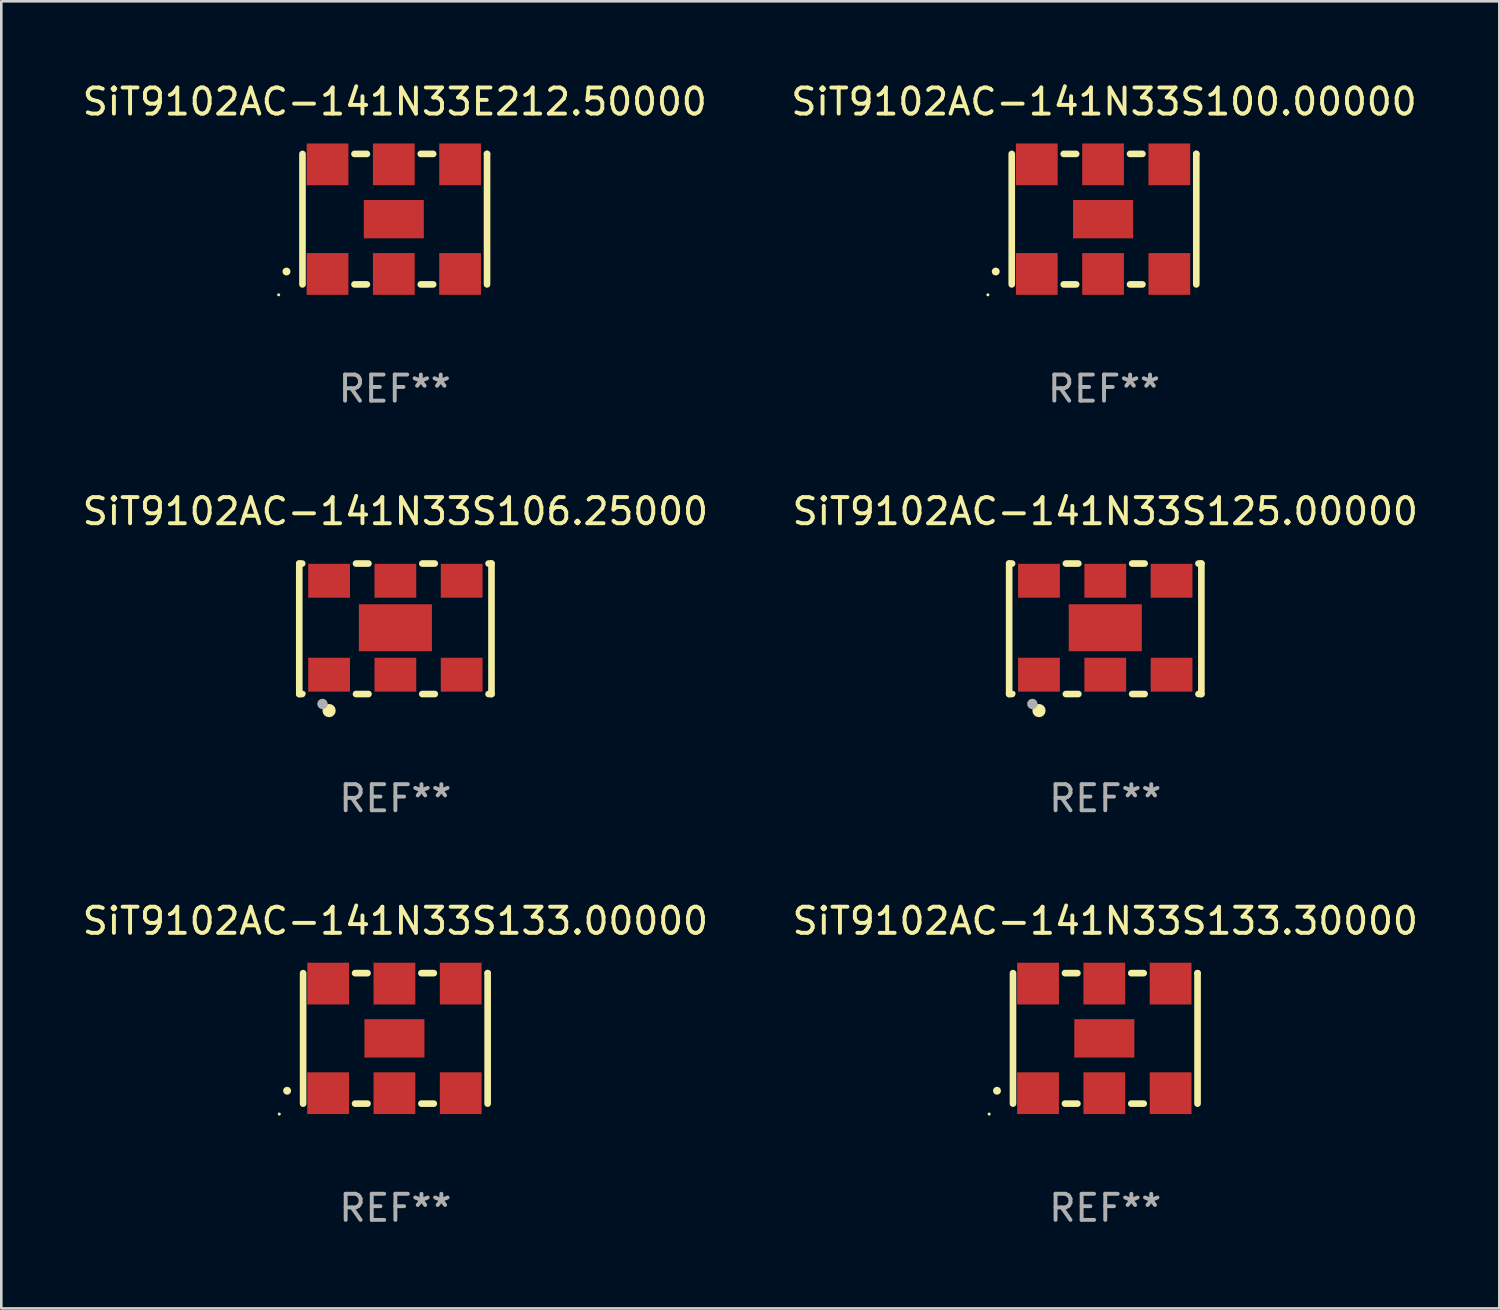
<source format=kicad_pcb>
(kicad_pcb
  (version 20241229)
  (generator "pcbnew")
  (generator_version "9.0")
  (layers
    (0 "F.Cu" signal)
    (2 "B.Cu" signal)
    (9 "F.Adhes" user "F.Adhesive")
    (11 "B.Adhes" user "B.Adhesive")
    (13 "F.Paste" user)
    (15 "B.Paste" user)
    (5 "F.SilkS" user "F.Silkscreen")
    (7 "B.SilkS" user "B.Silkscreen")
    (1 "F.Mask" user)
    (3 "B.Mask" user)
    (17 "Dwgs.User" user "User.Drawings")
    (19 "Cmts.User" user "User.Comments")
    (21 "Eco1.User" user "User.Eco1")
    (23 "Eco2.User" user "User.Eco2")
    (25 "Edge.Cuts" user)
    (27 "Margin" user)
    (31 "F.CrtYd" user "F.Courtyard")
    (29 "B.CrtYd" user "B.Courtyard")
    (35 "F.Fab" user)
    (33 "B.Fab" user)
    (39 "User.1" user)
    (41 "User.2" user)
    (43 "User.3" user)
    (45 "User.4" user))
  (footprint "SiT9102AC-141N33S133.00000"
    (layer "F.Cu")
    (at 12.101 36.741)
    (property "Reference" "SiT9102AC-141N33S133.00000" (at 0 -4.5 0) (layer "F.SilkS") (effects (font (size 1 1) (thickness 0.15))))
    (attr through_hole)
    (fp_line (start -3.536 -2.5) (end -3.536 2.5) (stroke (width 0.254) (type solid)) (layer "F.SilkS"))
    (fp_line (start -1.544 2.5) (end -1.067 2.5) (stroke (width 0.254) (type solid)) (layer "F.SilkS"))
    (fp_line (start -1.067 -2.5) (end -1.544 -2.5) (stroke (width 0.254) (type solid)) (layer "F.SilkS"))
    (fp_line (start 0.996 2.5) (end 1.473 2.5) (stroke (width 0.254) (type solid)) (layer "F.SilkS"))
    (fp_line (start 1.473 -2.5) (end 0.996 -2.5) (stroke (width 0.254) (type solid)) (layer "F.SilkS"))
    (fp_line (start 3.536 -2.5) (end 3.536 -2.5) (stroke (width 0.254) (type solid)) (layer "F.SilkS"))
    (fp_line (start 3.536 2.5) (end 3.536 -2.5) (stroke (width 0.254) (type solid)) (layer "F.SilkS"))
    (fp_arc (start -4.150432 2.006604) (mid -4.149162 2.006599) (end -4.147892 2.006604) (stroke (width 0.3) (type solid)) (layer "F.SilkS"))
    (fp_circle (center -4.449 2.9) (end -4.419 2.9) (stroke (width 0.06) (type solid)) (fill no) (layer "F.SilkS"))
    (fp_text user "REF**" (at 0 6.5 0) (layer "F.Fab") (effects (font (size 1 1) (thickness 0.15))))
    (pad "1" smd rect (at -2.576 2.1) (size 1.6 1.6) (layers "F.Cu" "F.Mask" "F.Paste"))
    (pad "2" smd rect (at -0.036 2.1) (size 1.6 1.6) (layers "F.Cu" "F.Mask" "F.Paste"))
    (pad "3" smd rect (at 2.504 2.1) (size 1.6 1.6) (layers "F.Cu" "F.Mask" "F.Paste"))
    (pad "4" smd rect (at 2.504 -2.1) (size 1.6 1.6) (layers "F.Cu" "F.Mask" "F.Paste"))
    (pad "5" smd rect (at -0.036 -2.1) (size 1.6 1.6) (layers "F.Cu" "F.Mask" "F.Paste"))
    (pad "6" smd rect (at -2.576 -2.1) (size 1.6 1.6) (layers "F.Cu" "F.Mask" "F.Paste"))
    (pad "7" smd rect (at -0.036 0) (size 2.3 1.47) (layers "F.Cu" "F.Mask" "F.Paste")))
  (footprint "SiT9102AC-141N33S133.30000"
    (layer "F.Cu")
    (at 39.304 36.741)
    (property "Reference" "SiT9102AC-141N33S133.30000" (at 0 -4.5 0) (layer "F.SilkS") (effects (font (size 1 1) (thickness 0.15))))
    (attr through_hole)
    (fp_line (start -3.536 -2.5) (end -3.536 2.5) (stroke (width 0.254) (type solid)) (layer "F.SilkS"))
    (fp_line (start -1.544 2.5) (end -1.067 2.5) (stroke (width 0.254) (type solid)) (layer "F.SilkS"))
    (fp_line (start -1.067 -2.5) (end -1.544 -2.5) (stroke (width 0.254) (type solid)) (layer "F.SilkS"))
    (fp_line (start 0.996 2.5) (end 1.473 2.5) (stroke (width 0.254) (type solid)) (layer "F.SilkS"))
    (fp_line (start 1.473 -2.5) (end 0.996 -2.5) (stroke (width 0.254) (type solid)) (layer "F.SilkS"))
    (fp_line (start 3.536 -2.5) (end 3.536 -2.5) (stroke (width 0.254) (type solid)) (layer "F.SilkS"))
    (fp_line (start 3.536 2.5) (end 3.536 -2.5) (stroke (width 0.254) (type solid)) (layer "F.SilkS"))
    (fp_arc (start -4.150432 2.006604) (mid -4.149162 2.006599) (end -4.147892 2.006604) (stroke (width 0.3) (type solid)) (layer "F.SilkS"))
    (fp_circle (center -4.449 2.9) (end -4.419 2.9) (stroke (width 0.06) (type solid)) (fill no) (layer "F.SilkS"))
    (fp_text user "REF**" (at 0 6.5 0) (layer "F.Fab") (effects (font (size 1 1) (thickness 0.15))))
    (pad "1" smd rect (at -2.576 2.1) (size 1.6 1.6) (layers "F.Cu" "F.Mask" "F.Paste"))
    (pad "2" smd rect (at -0.036 2.1) (size 1.6 1.6) (layers "F.Cu" "F.Mask" "F.Paste"))
    (pad "3" smd rect (at 2.504 2.1) (size 1.6 1.6) (layers "F.Cu" "F.Mask" "F.Paste"))
    (pad "4" smd rect (at 2.504 -2.1) (size 1.6 1.6) (layers "F.Cu" "F.Mask" "F.Paste"))
    (pad "5" smd rect (at -0.036 -2.1) (size 1.6 1.6) (layers "F.Cu" "F.Mask" "F.Paste"))
    (pad "6" smd rect (at -2.576 -2.1) (size 1.6 1.6) (layers "F.Cu" "F.Mask" "F.Paste"))
    (pad "7" smd rect (at -0.036 0) (size 2.3 1.47) (layers "F.Cu" "F.Mask" "F.Paste")))
  (footprint "SiT9102AC-141N33S100.00000"
    (layer "F.Cu")
    (at 39.256 5.348)
    (property "Reference" "SiT9102AC-141N33S100.00000" (at 0 -4.5 0) (layer "F.SilkS") (effects (font (size 1 1) (thickness 0.15))))
    (attr through_hole)
    (fp_line (start -3.536 -2.5) (end -3.536 2.5) (stroke (width 0.254) (type solid)) (layer "F.SilkS"))
    (fp_line (start -1.544 2.5) (end -1.067 2.5) (stroke (width 0.254) (type solid)) (layer "F.SilkS"))
    (fp_line (start -1.067 -2.5) (end -1.544 -2.5) (stroke (width 0.254) (type solid)) (layer "F.SilkS"))
    (fp_line (start 0.996 2.5) (end 1.473 2.5) (stroke (width 0.254) (type solid)) (layer "F.SilkS"))
    (fp_line (start 1.473 -2.5) (end 0.996 -2.5) (stroke (width 0.254) (type solid)) (layer "F.SilkS"))
    (fp_line (start 3.536 -2.5) (end 3.536 -2.5) (stroke (width 0.254) (type solid)) (layer "F.SilkS"))
    (fp_line (start 3.536 2.5) (end 3.536 -2.5) (stroke (width 0.254) (type solid)) (layer "F.SilkS"))
    (fp_arc (start -4.150432 2.006604) (mid -4.149162 2.006599) (end -4.147892 2.006604) (stroke (width 0.3) (type solid)) (layer "F.SilkS"))
    (fp_circle (center -4.449 2.9) (end -4.419 2.9) (stroke (width 0.06) (type solid)) (fill no) (layer "F.SilkS"))
    (fp_text user "REF**" (at 0 6.5 0) (layer "F.Fab") (effects (font (size 1 1) (thickness 0.15))))
    (pad "1" smd rect (at -2.576 2.1) (size 1.6 1.6) (layers "F.Cu" "F.Mask" "F.Paste"))
    (pad "2" smd rect (at -0.036 2.1) (size 1.6 1.6) (layers "F.Cu" "F.Mask" "F.Paste"))
    (pad "3" smd rect (at 2.504 2.1) (size 1.6 1.6) (layers "F.Cu" "F.Mask" "F.Paste"))
    (pad "4" smd rect (at 2.504 -2.1) (size 1.6 1.6) (layers "F.Cu" "F.Mask" "F.Paste"))
    (pad "5" smd rect (at -0.036 -2.1) (size 1.6 1.6) (layers "F.Cu" "F.Mask" "F.Paste"))
    (pad "6" smd rect (at -2.576 -2.1) (size 1.6 1.6) (layers "F.Cu" "F.Mask" "F.Paste"))
    (pad "7" smd rect (at -0.036 0) (size 2.3 1.47) (layers "F.Cu" "F.Mask" "F.Paste")))
  (footprint "SiT9102AC-141N33S125.00000"
    (layer "F.Cu")
    (at 39.304 21.045)
    (property "Reference" "SiT9102AC-141N33S125.00000" (at 0 -4.5 0) (layer "F.SilkS") (effects (font (size 1 1) (thickness 0.15))))
    (attr through_hole)
    (fp_line (start -3.683 -2.5) (end -3.571 -2.5) (stroke (width 0.254) (type solid)) (layer "F.SilkS"))
    (fp_line (start -3.683 2.5) (end -3.683 -2.5) (stroke (width 0.254) (type solid)) (layer "F.SilkS"))
    (fp_line (start -3.683 2.5) (end -3.571 2.5) (stroke (width 0.254) (type solid)) (layer "F.SilkS"))
    (fp_line (start -1.509 -2.5) (end -1.031 -2.5) (stroke (width 0.254) (type solid)) (layer "F.SilkS"))
    (fp_line (start -1.509 2.5) (end -1.031 2.5) (stroke (width 0.254) (type solid)) (layer "F.SilkS"))
    (fp_line (start 1.031 -2.5) (end 1.509 -2.5) (stroke (width 0.254) (type solid)) (layer "F.SilkS"))
    (fp_line (start 1.031 2.5) (end 1.509 2.5) (stroke (width 0.254) (type solid)) (layer "F.SilkS"))
    (fp_line (start 3.571 -2.5) (end 3.683 -2.5) (stroke (width 0.254) (type solid)) (layer "F.SilkS"))
    (fp_line (start 3.571 2.5) (end 3.683 2.5) (stroke (width 0.254) (type solid)) (layer "F.SilkS"))
    (fp_line (start 3.683 2.5) (end 3.683 -2.5) (stroke (width 0.254) (type solid)) (layer "F.SilkS"))
    (fp_circle (center -3.5 2.46) (end -3.47 2.46) (stroke (width 0.06) (type solid)) (fill no) (layer "F.SilkS"))
    (fp_circle (center -2.54 3.135) (end -2.413 3.135) (stroke (width 0.254) (type solid)) (fill no) (layer "F.SilkS"))
    (fp_circle (center -2.794 2.881) (end -2.694 2.881) (stroke (width 0.2) (type solid)) (fill no) (layer "F.Fab"))
    (fp_text user "REF**" (at 0 6.5 0) (layer "F.Fab") (effects (font (size 1 1) (thickness 0.15))))
    (pad "1" smd rect (at -2.54 1.76) (size 1.6 1.3) (layers "F.Cu" "F.Mask" "F.Paste"))
    (pad "2" smd rect (at 0 1.76) (size 1.6 1.3) (layers "F.Cu" "F.Mask" "F.Paste"))
    (pad "3" smd rect (at 2.54 1.76) (size 1.6 1.3) (layers "F.Cu" "F.Mask" "F.Paste"))
    (pad "4" smd rect (at 2.54 -1.84) (size 1.6 1.3) (layers "F.Cu" "F.Mask" "F.Paste"))
    (pad "5" smd rect (at 0 -1.84) (size 1.6 1.3) (layers "F.Cu" "F.Mask" "F.Paste"))
    (pad "6" smd rect (at -2.54 -1.84) (size 1.6 1.3) (layers "F.Cu" "F.Mask" "F.Paste"))
    (pad "7" smd rect (at 0 -0.04) (size 2.8 1.8) (layers "F.Cu" "F.Mask" "F.Paste")))
  (footprint "SiT9102AC-141N33E212.50000"
    (layer "F.Cu")
    (at 12.077 5.348)
    (property "Reference" "SiT9102AC-141N33E212.50000" (at 0 -4.5 0) (layer "F.SilkS") (effects (font (size 1 1) (thickness 0.15))))
    (attr through_hole)
    (fp_line (start -3.536 -2.5) (end -3.536 2.5) (stroke (width 0.254) (type solid)) (layer "F.SilkS"))
    (fp_line (start -1.544 2.5) (end -1.067 2.5) (stroke (width 0.254) (type solid)) (layer "F.SilkS"))
    (fp_line (start -1.067 -2.5) (end -1.544 -2.5) (stroke (width 0.254) (type solid)) (layer "F.SilkS"))
    (fp_line (start 0.996 2.5) (end 1.473 2.5) (stroke (width 0.254) (type solid)) (layer "F.SilkS"))
    (fp_line (start 1.473 -2.5) (end 0.996 -2.5) (stroke (width 0.254) (type solid)) (layer "F.SilkS"))
    (fp_line (start 3.536 -2.5) (end 3.536 -2.5) (stroke (width 0.254) (type solid)) (layer "F.SilkS"))
    (fp_line (start 3.536 2.5) (end 3.536 -2.5) (stroke (width 0.254) (type solid)) (layer "F.SilkS"))
    (fp_arc (start -4.150432 2.006604) (mid -4.149162 2.006599) (end -4.147892 2.006604) (stroke (width 0.3) (type solid)) (layer "F.SilkS"))
    (fp_circle (center -4.449 2.9) (end -4.419 2.9) (stroke (width 0.06) (type solid)) (fill no) (layer "F.SilkS"))
    (fp_text user "REF**" (at 0 6.5 0) (layer "F.Fab") (effects (font (size 1 1) (thickness 0.15))))
    (pad "1" smd rect (at -2.576 2.1) (size 1.6 1.6) (layers "F.Cu" "F.Mask" "F.Paste"))
    (pad "2" smd rect (at -0.036 2.1) (size 1.6 1.6) (layers "F.Cu" "F.Mask" "F.Paste"))
    (pad "3" smd rect (at 2.504 2.1) (size 1.6 1.6) (layers "F.Cu" "F.Mask" "F.Paste"))
    (pad "4" smd rect (at 2.504 -2.1) (size 1.6 1.6) (layers "F.Cu" "F.Mask" "F.Paste"))
    (pad "5" smd rect (at -0.036 -2.1) (size 1.6 1.6) (layers "F.Cu" "F.Mask" "F.Paste"))
    (pad "6" smd rect (at -2.576 -2.1) (size 1.6 1.6) (layers "F.Cu" "F.Mask" "F.Paste"))
    (pad "7" smd rect (at -0.036 0) (size 2.3 1.47) (layers "F.Cu" "F.Mask" "F.Paste")))
  (footprint "SiT9102AC-141N33S106.25000"
    (layer "F.Cu")
    (at 12.101 21.045)
    (property "Reference" "SiT9102AC-141N33S106.25000" (at 0 -4.5 0) (layer "F.SilkS") (effects (font (size 1 1) (thickness 0.15))))
    (attr through_hole)
    (fp_line (start -3.683 -2.5) (end -3.571 -2.5) (stroke (width 0.254) (type solid)) (layer "F.SilkS"))
    (fp_line (start -3.683 2.5) (end -3.683 -2.5) (stroke (width 0.254) (type solid)) (layer "F.SilkS"))
    (fp_line (start -3.683 2.5) (end -3.571 2.5) (stroke (width 0.254) (type solid)) (layer "F.SilkS"))
    (fp_line (start -1.509 -2.5) (end -1.031 -2.5) (stroke (width 0.254) (type solid)) (layer "F.SilkS"))
    (fp_line (start -1.509 2.5) (end -1.031 2.5) (stroke (width 0.254) (type solid)) (layer "F.SilkS"))
    (fp_line (start 1.031 -2.5) (end 1.509 -2.5) (stroke (width 0.254) (type solid)) (layer "F.SilkS"))
    (fp_line (start 1.031 2.5) (end 1.509 2.5) (stroke (width 0.254) (type solid)) (layer "F.SilkS"))
    (fp_line (start 3.571 -2.5) (end 3.683 -2.5) (stroke (width 0.254) (type solid)) (layer "F.SilkS"))
    (fp_line (start 3.571 2.5) (end 3.683 2.5) (stroke (width 0.254) (type solid)) (layer "F.SilkS"))
    (fp_line (start 3.683 2.5) (end 3.683 -2.5) (stroke (width 0.254) (type solid)) (layer "F.SilkS"))
    (fp_circle (center -3.5 2.46) (end -3.47 2.46) (stroke (width 0.06) (type solid)) (fill no) (layer "F.SilkS"))
    (fp_circle (center -2.54 3.135) (end -2.413 3.135) (stroke (width 0.254) (type solid)) (fill no) (layer "F.SilkS"))
    (fp_circle (center -2.794 2.881) (end -2.694 2.881) (stroke (width 0.2) (type solid)) (fill no) (layer "F.Fab"))
    (fp_text user "REF**" (at 0 6.5 0) (layer "F.Fab") (effects (font (size 1 1) (thickness 0.15))))
    (pad "1" smd rect (at -2.54 1.76) (size 1.6 1.3) (layers "F.Cu" "F.Mask" "F.Paste"))
    (pad "2" smd rect (at 0 1.76) (size 1.6 1.3) (layers "F.Cu" "F.Mask" "F.Paste"))
    (pad "3" smd rect (at 2.54 1.76) (size 1.6 1.3) (layers "F.Cu" "F.Mask" "F.Paste"))
    (pad "4" smd rect (at 2.54 -1.84) (size 1.6 1.3) (layers "F.Cu" "F.Mask" "F.Paste"))
    (pad "5" smd rect (at 0 -1.84) (size 1.6 1.3) (layers "F.Cu" "F.Mask" "F.Paste"))
    (pad "6" smd rect (at -2.54 -1.84) (size 1.6 1.3) (layers "F.Cu" "F.Mask" "F.Paste"))
    (pad "7" smd rect (at 0 -0.04) (size 2.8 1.8) (layers "F.Cu" "F.Mask" "F.Paste")))
  (gr_rect
    (start -3 -3)
    (end 54.405 47.09)
    (stroke (width 0.1) (type default))
    (fill no)
    (layer "Edge.Cuts")))
</source>
